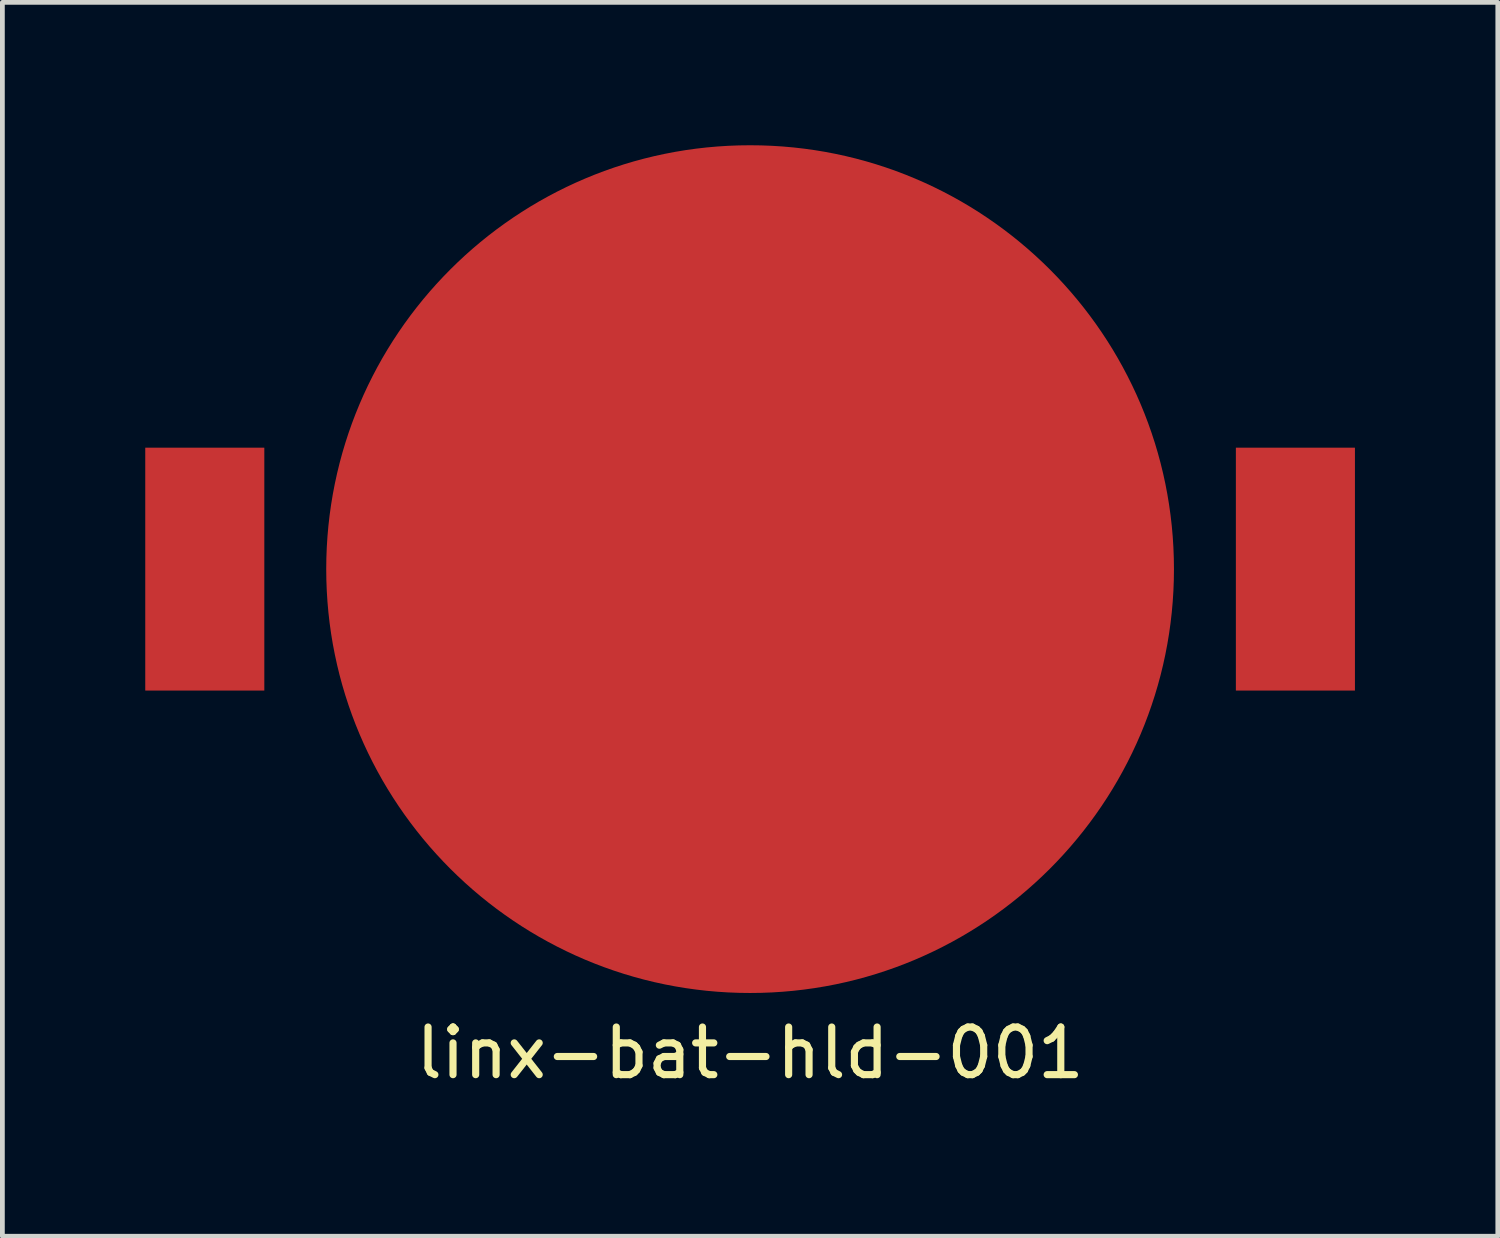
<source format=kicad_pcb>
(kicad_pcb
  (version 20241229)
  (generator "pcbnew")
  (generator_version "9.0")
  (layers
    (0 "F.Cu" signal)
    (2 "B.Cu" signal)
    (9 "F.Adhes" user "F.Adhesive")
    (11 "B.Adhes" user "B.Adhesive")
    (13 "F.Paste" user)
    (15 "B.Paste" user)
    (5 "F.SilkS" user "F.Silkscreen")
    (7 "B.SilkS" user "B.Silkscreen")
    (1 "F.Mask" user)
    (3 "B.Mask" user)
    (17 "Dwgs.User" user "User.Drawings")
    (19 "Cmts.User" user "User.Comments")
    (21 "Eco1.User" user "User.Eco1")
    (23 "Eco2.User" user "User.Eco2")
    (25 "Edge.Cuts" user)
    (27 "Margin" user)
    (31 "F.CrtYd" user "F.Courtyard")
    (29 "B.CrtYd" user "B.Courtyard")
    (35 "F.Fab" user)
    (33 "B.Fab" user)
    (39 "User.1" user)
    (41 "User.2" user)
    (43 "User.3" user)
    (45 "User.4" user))
  (footprint "linx-bat-hld-001"
    (layer "F.Cu")
    (at 12.7 8.9)
    (property "Reference" "linx-bat-hld-001" (at 0 10.16 0) (layer "F.SilkS") (effects (font (size 1 1) (thickness 0.15))))
    (attr through_hole)
    (pad "1" smd rect (at -11.45 0) (size 2.5 5.1) (layers "F.Cu" "F.Mask" "F.Paste"))
    (pad "1" smd rect (at 11.45 0) (size 2.5 5.1) (layers "F.Cu" "F.Mask" "F.Paste"))
    (pad "2" smd circle (at 0 0) (size 17.8 17.8) (layers "F.Cu" "F.Mask" "F.Paste")))
  (gr_rect
    (start -3 -3)
    (end 28.4 22.908)
    (stroke (width 0.1) (type default))
    (fill no)
    (layer "Edge.Cuts")))
</source>
